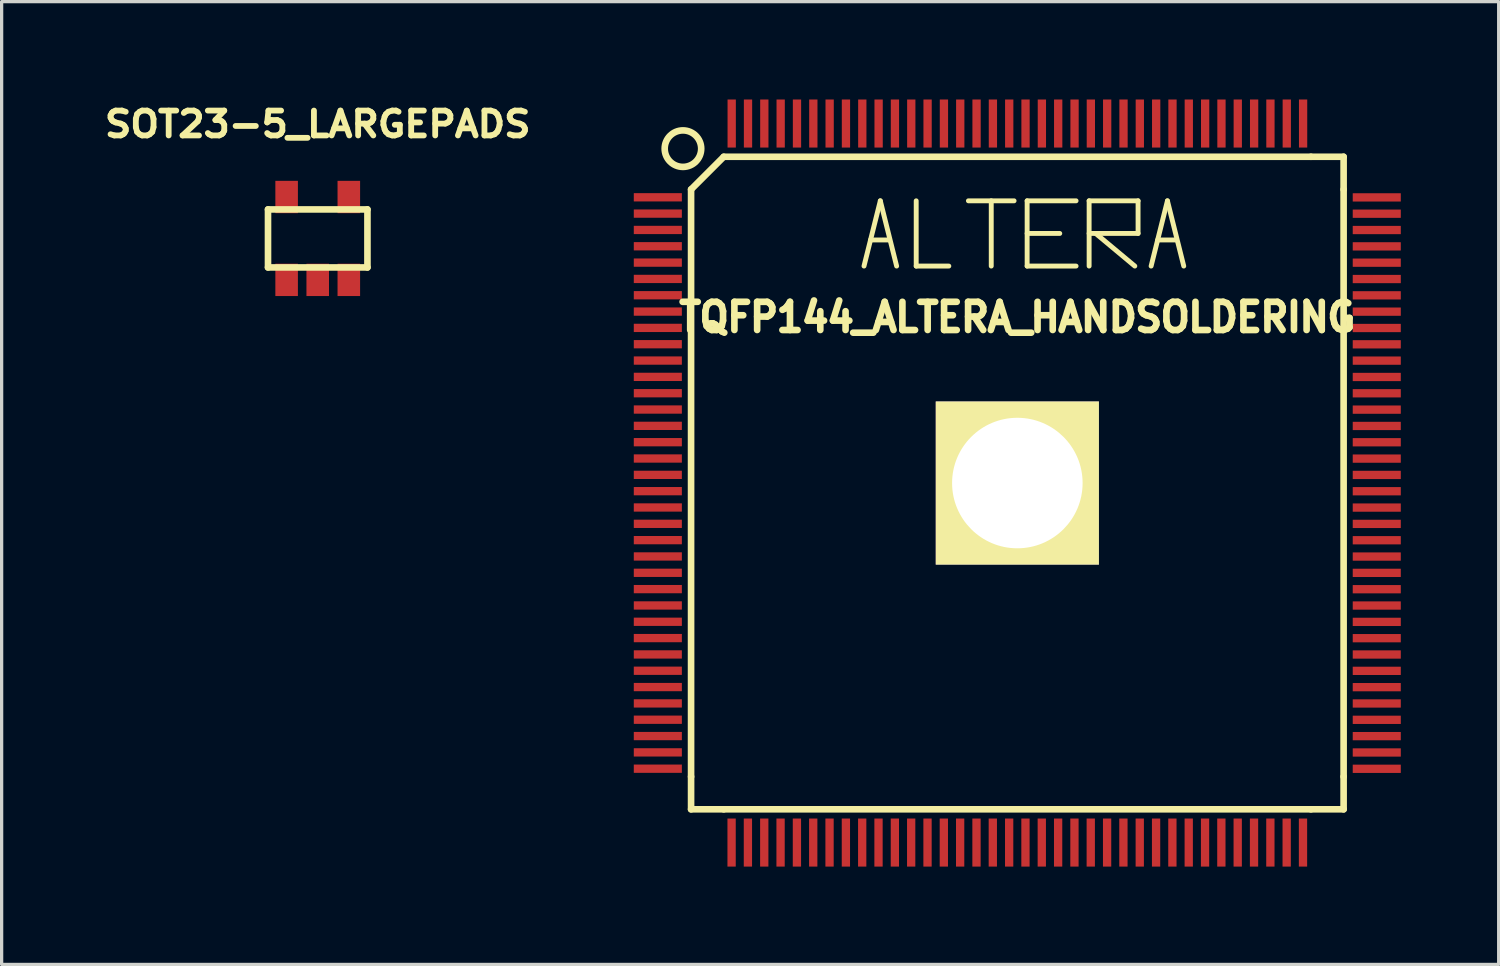
<source format=kicad_pcb>
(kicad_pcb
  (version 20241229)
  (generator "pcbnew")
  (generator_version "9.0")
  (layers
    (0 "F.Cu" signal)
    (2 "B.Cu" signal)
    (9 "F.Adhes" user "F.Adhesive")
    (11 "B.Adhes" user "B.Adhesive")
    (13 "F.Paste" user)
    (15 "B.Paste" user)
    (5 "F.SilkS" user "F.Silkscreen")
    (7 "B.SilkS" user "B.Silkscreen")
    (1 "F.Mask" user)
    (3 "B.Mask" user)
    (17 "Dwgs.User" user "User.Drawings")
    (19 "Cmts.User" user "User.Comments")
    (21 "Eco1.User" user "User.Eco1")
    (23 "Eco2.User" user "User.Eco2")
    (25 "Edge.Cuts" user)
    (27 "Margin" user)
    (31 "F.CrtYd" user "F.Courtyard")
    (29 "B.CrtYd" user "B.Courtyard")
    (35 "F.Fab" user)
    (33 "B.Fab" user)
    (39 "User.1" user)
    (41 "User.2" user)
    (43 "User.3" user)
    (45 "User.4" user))
  (footprint "TQFP144_ALTERA_HANDSOLDERING"
    (layer "F.Cu")
    (at 28.131 11.755)
    (property "Reference" "TQFP144_ALTERA_HANDSOLDERING" (at 0 -5.08 0) (layer "F.SilkS") (effects (font (size 0.864 0.813) (thickness 0.203))))
    (attr smd)
    (fp_line (start -10 8.999) (end -10 -8.999) (stroke (width 0.203) (type solid)) (layer "F.SilkS"))
    (fp_line (start -10 10) (end -10 8.999) (stroke (width 0.203) (type solid)) (layer "F.SilkS"))
    (fp_line (start -10 10) (end -8.999 10) (stroke (width 0.203) (type solid)) (layer "F.SilkS"))
    (fp_line (start -8.999 -10) (end -10 -8.999) (stroke (width 0.203) (type solid)) (layer "F.SilkS"))
    (fp_line (start -8.999 -10) (end 8.999 -10) (stroke (width 0.203) (type solid)) (layer "F.SilkS"))
    (fp_line (start -4.7 -6.65) (end -4.2 -8.65) (stroke (width 0.15) (type solid)) (layer "F.SilkS"))
    (fp_line (start -4.5 -7.45) (end -3.95 -7.45) (stroke (width 0.15) (type solid)) (layer "F.SilkS"))
    (fp_line (start -4.2 -8.65) (end -3.7 -6.65) (stroke (width 0.15) (type solid)) (layer "F.SilkS"))
    (fp_line (start -3.1 -8.65) (end -3.1 -6.65) (stroke (width 0.15) (type solid)) (layer "F.SilkS"))
    (fp_line (start -3.1 -6.65) (end -2.1 -6.65) (stroke (width 0.15) (type solid)) (layer "F.SilkS"))
    (fp_line (start -1.5 -8.65) (end -0.1 -8.65) (stroke (width 0.15) (type solid)) (layer "F.SilkS"))
    (fp_line (start -0.8 -8.65) (end -0.8 -6.65) (stroke (width 0.15) (type solid)) (layer "F.SilkS"))
    (fp_line (start 0.3 -8.65) (end 0.3 -6.65) (stroke (width 0.15) (type solid)) (layer "F.SilkS"))
    (fp_line (start 0.3 -8.65) (end 1.8 -8.65) (stroke (width 0.15) (type solid)) (layer "F.SilkS"))
    (fp_line (start 0.3 -7.65) (end 1.3 -7.65) (stroke (width 0.15) (type solid)) (layer "F.SilkS"))
    (fp_line (start 0.3 -6.65) (end 1.8 -6.65) (stroke (width 0.15) (type solid)) (layer "F.SilkS"))
    (fp_line (start 2.2 -8.65) (end 2.2 -6.65) (stroke (width 0.15) (type solid)) (layer "F.SilkS"))
    (fp_line (start 2.2 -8.65) (end 3.7 -8.65) (stroke (width 0.15) (type solid)) (layer "F.SilkS"))
    (fp_line (start 2.4 -7.65) (end 3.6 -6.65) (stroke (width 0.15) (type solid)) (layer "F.SilkS"))
    (fp_line (start 3.7 -8.65) (end 3.7 -7.65) (stroke (width 0.15) (type solid)) (layer "F.SilkS"))
    (fp_line (start 3.7 -7.65) (end 2.2 -7.65) (stroke (width 0.15) (type solid)) (layer "F.SilkS"))
    (fp_line (start 4.1 -6.65) (end 4.6 -8.65) (stroke (width 0.15) (type solid)) (layer "F.SilkS"))
    (fp_line (start 4.3 -7.45) (end 4.85 -7.45) (stroke (width 0.15) (type solid)) (layer "F.SilkS"))
    (fp_line (start 4.6 -8.65) (end 5.1 -6.65) (stroke (width 0.15) (type solid)) (layer "F.SilkS"))
    (fp_line (start 8.999 10) (end -8.999 10) (stroke (width 0.203) (type solid)) (layer "F.SilkS"))
    (fp_line (start 10 -10) (end 8.999 -10) (stroke (width 0.203) (type solid)) (layer "F.SilkS"))
    (fp_line (start 10 -10) (end 10 -8.999) (stroke (width 0.203) (type solid)) (layer "F.SilkS"))
    (fp_line (start 10 -8.999) (end 10 8.999) (stroke (width 0.203) (type solid)) (layer "F.SilkS"))
    (fp_line (start 10 10) (end 8.999 10) (stroke (width 0.203) (type solid)) (layer "F.SilkS"))
    (fp_line (start 10 10) (end 10 8.999) (stroke (width 0.203) (type solid)) (layer "F.SilkS"))
    (fp_circle (center -10.249 -10.249) (end -10.749 -10.5) (stroke (width 0.203) (type solid)) (fill no) (layer "F.SilkS"))
    (pad "1" smd rect (at -11.019 -8.758 90) (size 0.254 1.473) (layers "F.Cu" "F.Mask" "F.Paste"))
    (pad "2" smd rect (at -11.019 -8.258 90) (size 0.254 1.473) (layers "F.Cu" "F.Mask" "F.Paste"))
    (pad "3" smd rect (at -11.019 -7.757 90) (size 0.254 1.473) (layers "F.Cu" "F.Mask" "F.Paste"))
    (pad "4" smd rect (at -11.019 -7.257 90) (size 0.254 1.473) (layers "F.Cu" "F.Mask" "F.Paste"))
    (pad "5" smd rect (at -11.019 -6.756 90) (size 0.254 1.473) (layers "F.Cu" "F.Mask" "F.Paste"))
    (pad "6" smd rect (at -11.019 -6.256 90) (size 0.254 1.473) (layers "F.Cu" "F.Mask" "F.Paste"))
    (pad "7" smd rect (at -11.019 -5.756 90) (size 0.254 1.473) (layers "F.Cu" "F.Mask" "F.Paste"))
    (pad "8" smd rect (at -11.019 -5.255 90) (size 0.254 1.473) (layers "F.Cu" "F.Mask" "F.Paste"))
    (pad "9" smd rect (at -11.019 -4.755 90) (size 0.254 1.473) (layers "F.Cu" "F.Mask" "F.Paste"))
    (pad "10" smd rect (at -11.019 -4.255 90) (size 0.254 1.473) (layers "F.Cu" "F.Mask" "F.Paste"))
    (pad "11" smd rect (at -11.019 -3.754 90) (size 0.254 1.473) (layers "F.Cu" "F.Mask" "F.Paste"))
    (pad "12" smd rect (at -11.019 -3.254 90) (size 0.254 1.473) (layers "F.Cu" "F.Mask" "F.Paste"))
    (pad "13" smd rect (at -11.019 -2.753 90) (size 0.254 1.473) (layers "F.Cu" "F.Mask" "F.Paste"))
    (pad "14" smd rect (at -11.019 -2.253 90) (size 0.254 1.473) (layers "F.Cu" "F.Mask" "F.Paste"))
    (pad "15" smd rect (at -11.019 -1.753 90) (size 0.254 1.473) (layers "F.Cu" "F.Mask" "F.Paste"))
    (pad "16" smd rect (at -11.019 -1.252 90) (size 0.254 1.473) (layers "F.Cu" "F.Mask" "F.Paste"))
    (pad "17" smd rect (at -11.019 -0.752 90) (size 0.254 1.473) (layers "F.Cu" "F.Mask" "F.Paste"))
    (pad "18" smd rect (at -11.019 -0.251 90) (size 0.254 1.473) (layers "F.Cu" "F.Mask" "F.Paste"))
    (pad "19" smd rect (at -11.019 0.249 90) (size 0.254 1.473) (layers "F.Cu" "F.Mask" "F.Paste"))
    (pad "20" smd rect (at -11.019 0.749 90) (size 0.254 1.473) (layers "F.Cu" "F.Mask" "F.Paste"))
    (pad "21" smd rect (at -11.019 1.25 90) (size 0.254 1.473) (layers "F.Cu" "F.Mask" "F.Paste"))
    (pad "22" smd rect (at -11.019 1.75 90) (size 0.254 1.473) (layers "F.Cu" "F.Mask" "F.Paste"))
    (pad "23" smd rect (at -11.019 2.25 90) (size 0.254 1.473) (layers "F.Cu" "F.Mask" "F.Paste"))
    (pad "24" smd rect (at -11.019 2.751 90) (size 0.254 1.473) (layers "F.Cu" "F.Mask" "F.Paste"))
    (pad "25" smd rect (at -11.019 3.251 90) (size 0.254 1.473) (layers "F.Cu" "F.Mask" "F.Paste"))
    (pad "26" smd rect (at -11.019 3.752 90) (size 0.254 1.473) (layers "F.Cu" "F.Mask" "F.Paste"))
    (pad "27" smd rect (at -11.019 4.252 90) (size 0.254 1.473) (layers "F.Cu" "F.Mask" "F.Paste"))
    (pad "28" smd rect (at -11.019 4.752 90) (size 0.254 1.473) (layers "F.Cu" "F.Mask" "F.Paste"))
    (pad "29" smd rect (at -11.019 5.253 90) (size 0.254 1.473) (layers "F.Cu" "F.Mask" "F.Paste"))
    (pad "30" smd rect (at -11.019 5.753 90) (size 0.254 1.473) (layers "F.Cu" "F.Mask" "F.Paste"))
    (pad "31" smd rect (at -11.019 6.253 90) (size 0.254 1.473) (layers "F.Cu" "F.Mask" "F.Paste"))
    (pad "32" smd rect (at -11.019 6.754 90) (size 0.254 1.473) (layers "F.Cu" "F.Mask" "F.Paste"))
    (pad "33" smd rect (at -11.019 7.254 90) (size 0.254 1.473) (layers "F.Cu" "F.Mask" "F.Paste"))
    (pad "34" smd rect (at -11.019 7.755 90) (size 0.254 1.473) (layers "F.Cu" "F.Mask" "F.Paste"))
    (pad "35" smd rect (at -11.019 8.255 90) (size 0.254 1.473) (layers "F.Cu" "F.Mask" "F.Paste"))
    (pad "36" smd rect (at -11.019 8.755 90) (size 0.254 1.473) (layers "F.Cu" "F.Mask" "F.Paste"))
    (pad "37" smd rect (at -8.758 11.019) (size 0.254 1.473) (layers "F.Cu" "F.Mask" "F.Paste"))
    (pad "38" smd rect (at -8.258 11.019) (size 0.254 1.473) (layers "F.Cu" "F.Mask" "F.Paste"))
    (pad "39" smd rect (at -7.757 11.019) (size 0.254 1.473) (layers "F.Cu" "F.Mask" "F.Paste"))
    (pad "40" smd rect (at -7.257 11.019) (size 0.254 1.473) (layers "F.Cu" "F.Mask" "F.Paste"))
    (pad "41" smd rect (at -6.756 11.019) (size 0.254 1.473) (layers "F.Cu" "F.Mask" "F.Paste"))
    (pad "42" smd rect (at -6.256 11.019) (size 0.254 1.473) (layers "F.Cu" "F.Mask" "F.Paste"))
    (pad "43" smd rect (at -5.756 11.019) (size 0.254 1.473) (layers "F.Cu" "F.Mask" "F.Paste"))
    (pad "44" smd rect (at -5.255 11.019) (size 0.254 1.473) (layers "F.Cu" "F.Mask" "F.Paste"))
    (pad "45" smd rect (at -4.755 11.019) (size 0.254 1.473) (layers "F.Cu" "F.Mask" "F.Paste"))
    (pad "46" smd rect (at -4.255 11.019) (size 0.254 1.473) (layers "F.Cu" "F.Mask" "F.Paste"))
    (pad "47" smd rect (at -3.754 11.019) (size 0.254 1.473) (layers "F.Cu" "F.Mask" "F.Paste"))
    (pad "48" smd rect (at -3.254 11.019) (size 0.254 1.473) (layers "F.Cu" "F.Mask" "F.Paste"))
    (pad "49" smd rect (at -2.753 11.019) (size 0.254 1.473) (layers "F.Cu" "F.Mask" "F.Paste"))
    (pad "50" smd rect (at -2.253 11.019) (size 0.254 1.473) (layers "F.Cu" "F.Mask" "F.Paste"))
    (pad "51" smd rect (at -1.753 11.019) (size 0.254 1.473) (layers "F.Cu" "F.Mask" "F.Paste"))
    (pad "52" smd rect (at -1.252 11.019) (size 0.254 1.473) (layers "F.Cu" "F.Mask" "F.Paste"))
    (pad "53" smd rect (at -0.752 11.019) (size 0.254 1.473) (layers "F.Cu" "F.Mask" "F.Paste"))
    (pad "54" smd rect (at -0.251 11.019) (size 0.254 1.473) (layers "F.Cu" "F.Mask" "F.Paste"))
    (pad "55" smd rect (at 0.249 11.019) (size 0.254 1.473) (layers "F.Cu" "F.Mask" "F.Paste"))
    (pad "56" smd rect (at 0.749 11.019) (size 0.254 1.473) (layers "F.Cu" "F.Mask" "F.Paste"))
    (pad "57" smd rect (at 1.25 11.019) (size 0.254 1.473) (layers "F.Cu" "F.Mask" "F.Paste"))
    (pad "58" smd rect (at 1.75 11.019) (size 0.254 1.473) (layers "F.Cu" "F.Mask" "F.Paste"))
    (pad "59" smd rect (at 2.25 11.019) (size 0.254 1.473) (layers "F.Cu" "F.Mask" "F.Paste"))
    (pad "60" smd rect (at 2.751 11.019) (size 0.254 1.473) (layers "F.Cu" "F.Mask" "F.Paste"))
    (pad "61" smd rect (at 3.251 11.019) (size 0.254 1.473) (layers "F.Cu" "F.Mask" "F.Paste"))
    (pad "62" smd rect (at 3.752 11.019) (size 0.254 1.473) (layers "F.Cu" "F.Mask" "F.Paste"))
    (pad "63" smd rect (at 4.252 11.019) (size 0.254 1.473) (layers "F.Cu" "F.Mask" "F.Paste"))
    (pad "64" smd rect (at 4.752 11.019) (size 0.254 1.473) (layers "F.Cu" "F.Mask" "F.Paste"))
    (pad "65" smd rect (at 5.253 11.019) (size 0.254 1.473) (layers "F.Cu" "F.Mask" "F.Paste"))
    (pad "66" smd rect (at 5.753 11.019) (size 0.254 1.473) (layers "F.Cu" "F.Mask" "F.Paste"))
    (pad "67" smd rect (at 6.253 11.019) (size 0.254 1.473) (layers "F.Cu" "F.Mask" "F.Paste"))
    (pad "68" smd rect (at 6.754 11.019) (size 0.254 1.473) (layers "F.Cu" "F.Mask" "F.Paste"))
    (pad "69" smd rect (at 7.254 11.019) (size 0.254 1.473) (layers "F.Cu" "F.Mask" "F.Paste"))
    (pad "70" smd rect (at 7.755 11.019) (size 0.254 1.473) (layers "F.Cu" "F.Mask" "F.Paste"))
    (pad "71" smd rect (at 8.255 11.019) (size 0.254 1.473) (layers "F.Cu" "F.Mask" "F.Paste"))
    (pad "72" smd rect (at 8.755 11.019) (size 0.254 1.473) (layers "F.Cu" "F.Mask" "F.Paste"))
    (pad "73" smd rect (at 11.016 8.758 270) (size 0.254 1.473) (layers "F.Cu" "F.Mask" "F.Paste"))
    (pad "74" smd rect (at 11.016 8.258 270) (size 0.254 1.473) (layers "F.Cu" "F.Mask" "F.Paste"))
    (pad "75" smd rect (at 11.016 7.757 270) (size 0.254 1.473) (layers "F.Cu" "F.Mask" "F.Paste"))
    (pad "76" smd rect (at 11.016 7.257 270) (size 0.254 1.473) (layers "F.Cu" "F.Mask" "F.Paste"))
    (pad "77" smd rect (at 11.016 6.756 270) (size 0.254 1.473) (layers "F.Cu" "F.Mask" "F.Paste"))
    (pad "78" smd rect (at 11.016 6.256 270) (size 0.254 1.473) (layers "F.Cu" "F.Mask" "F.Paste"))
    (pad "79" smd rect (at 11.016 5.756 270) (size 0.254 1.473) (layers "F.Cu" "F.Mask" "F.Paste"))
    (pad "80" smd rect (at 11.016 5.255 270) (size 0.254 1.473) (layers "F.Cu" "F.Mask" "F.Paste"))
    (pad "81" smd rect (at 11.016 4.755 270) (size 0.254 1.473) (layers "F.Cu" "F.Mask" "F.Paste"))
    (pad "82" smd rect (at 11.016 4.255 270) (size 0.254 1.473) (layers "F.Cu" "F.Mask" "F.Paste"))
    (pad "83" smd rect (at 11.016 3.754 270) (size 0.254 1.473) (layers "F.Cu" "F.Mask" "F.Paste"))
    (pad "84" smd rect (at 11.016 3.254 270) (size 0.254 1.473) (layers "F.Cu" "F.Mask" "F.Paste"))
    (pad "85" smd rect (at 11.016 2.753 270) (size 0.254 1.473) (layers "F.Cu" "F.Mask" "F.Paste"))
    (pad "86" smd rect (at 11.016 2.253 270) (size 0.254 1.473) (layers "F.Cu" "F.Mask" "F.Paste"))
    (pad "87" smd rect (at 11.016 1.753 270) (size 0.254 1.473) (layers "F.Cu" "F.Mask" "F.Paste"))
    (pad "88" smd rect (at 11.016 1.252 270) (size 0.254 1.473) (layers "F.Cu" "F.Mask" "F.Paste"))
    (pad "89" smd rect (at 11.016 0.752 270) (size 0.254 1.473) (layers "F.Cu" "F.Mask" "F.Paste"))
    (pad "90" smd rect (at 11.016 0.251 270) (size 0.254 1.473) (layers "F.Cu" "F.Mask" "F.Paste"))
    (pad "91" smd rect (at 11.016 -0.249 270) (size 0.254 1.473) (layers "F.Cu" "F.Mask" "F.Paste"))
    (pad "92" smd rect (at 11.016 -0.749 270) (size 0.254 1.473) (layers "F.Cu" "F.Mask" "F.Paste"))
    (pad "93" smd rect (at 11.016 -1.25 270) (size 0.254 1.473) (layers "F.Cu" "F.Mask" "F.Paste"))
    (pad "94" smd rect (at 11.016 -1.75 270) (size 0.254 1.473) (layers "F.Cu" "F.Mask" "F.Paste"))
    (pad "95" smd rect (at 11.016 -2.25 270) (size 0.254 1.473) (layers "F.Cu" "F.Mask" "F.Paste"))
    (pad "96" smd rect (at 11.016 -2.751 270) (size 0.254 1.473) (layers "F.Cu" "F.Mask" "F.Paste"))
    (pad "97" smd rect (at 11.016 -3.251 270) (size 0.254 1.473) (layers "F.Cu" "F.Mask" "F.Paste"))
    (pad "98" smd rect (at 11.016 -3.752 270) (size 0.254 1.473) (layers "F.Cu" "F.Mask" "F.Paste"))
    (pad "99" smd rect (at 11.016 -4.252 270) (size 0.254 1.473) (layers "F.Cu" "F.Mask" "F.Paste"))
    (pad "100" smd rect (at 11.016 -4.752 270) (size 0.254 1.473) (layers "F.Cu" "F.Mask" "F.Paste"))
    (pad "101" smd rect (at 11.016 -5.253 270) (size 0.254 1.473) (layers "F.Cu" "F.Mask" "F.Paste"))
    (pad "102" smd rect (at 11.016 -5.753 270) (size 0.254 1.473) (layers "F.Cu" "F.Mask" "F.Paste"))
    (pad "103" smd rect (at 11.016 -6.253 270) (size 0.254 1.473) (layers "F.Cu" "F.Mask" "F.Paste"))
    (pad "104" smd rect (at 11.016 -6.754 270) (size 0.254 1.473) (layers "F.Cu" "F.Mask" "F.Paste"))
    (pad "105" smd rect (at 11.016 -7.254 270) (size 0.254 1.473) (layers "F.Cu" "F.Mask" "F.Paste"))
    (pad "106" smd rect (at 11.016 -7.755 270) (size 0.254 1.473) (layers "F.Cu" "F.Mask" "F.Paste"))
    (pad "107" smd rect (at 11.016 -8.255 270) (size 0.254 1.473) (layers "F.Cu" "F.Mask" "F.Paste"))
    (pad "108" smd rect (at 11.016 -8.755 270) (size 0.254 1.473) (layers "F.Cu" "F.Mask" "F.Paste"))
    (pad "109" smd rect (at 8.758 -11.019) (size 0.254 1.473) (layers "F.Cu" "F.Mask" "F.Paste"))
    (pad "110" smd rect (at 8.258 -11.019) (size 0.254 1.473) (layers "F.Cu" "F.Mask" "F.Paste"))
    (pad "111" smd rect (at 7.757 -11.019) (size 0.254 1.473) (layers "F.Cu" "F.Mask" "F.Paste"))
    (pad "112" smd rect (at 7.257 -11.019) (size 0.254 1.473) (layers "F.Cu" "F.Mask" "F.Paste"))
    (pad "113" smd rect (at 6.756 -11.019) (size 0.254 1.473) (layers "F.Cu" "F.Mask" "F.Paste"))
    (pad "114" smd rect (at 6.256 -11.019) (size 0.254 1.473) (layers "F.Cu" "F.Mask" "F.Paste"))
    (pad "115" smd rect (at 5.756 -11.019) (size 0.254 1.473) (layers "F.Cu" "F.Mask" "F.Paste"))
    (pad "116" smd rect (at 5.255 -11.019) (size 0.254 1.473) (layers "F.Cu" "F.Mask" "F.Paste"))
    (pad "117" smd rect (at 4.755 -11.019) (size 0.254 1.473) (layers "F.Cu" "F.Mask" "F.Paste"))
    (pad "118" smd rect (at 4.255 -11.019) (size 0.254 1.473) (layers "F.Cu" "F.Mask" "F.Paste"))
    (pad "119" smd rect (at 3.754 -11.019) (size 0.254 1.473) (layers "F.Cu" "F.Mask" "F.Paste"))
    (pad "120" smd rect (at 3.254 -11.019) (size 0.254 1.473) (layers "F.Cu" "F.Mask" "F.Paste"))
    (pad "121" smd rect (at 2.753 -11.019) (size 0.254 1.473) (layers "F.Cu" "F.Mask" "F.Paste"))
    (pad "122" smd rect (at 2.253 -11.019) (size 0.254 1.473) (layers "F.Cu" "F.Mask" "F.Paste"))
    (pad "123" smd rect (at 1.753 -11.019) (size 0.254 1.473) (layers "F.Cu" "F.Mask" "F.Paste"))
    (pad "124" smd rect (at 1.252 -11.019) (size 0.254 1.473) (layers "F.Cu" "F.Mask" "F.Paste"))
    (pad "125" smd rect (at 0.752 -11.019) (size 0.254 1.473) (layers "F.Cu" "F.Mask" "F.Paste"))
    (pad "126" smd rect (at 0.251 -11.019) (size 0.254 1.473) (layers "F.Cu" "F.Mask" "F.Paste"))
    (pad "127" smd rect (at -0.249 -11.019) (size 0.254 1.473) (layers "F.Cu" "F.Mask" "F.Paste"))
    (pad "128" smd rect (at -0.749 -11.019) (size 0.254 1.473) (layers "F.Cu" "F.Mask" "F.Paste"))
    (pad "129" smd rect (at -1.25 -11.019) (size 0.254 1.473) (layers "F.Cu" "F.Mask" "F.Paste"))
    (pad "130" smd rect (at -1.75 -11.019) (size 0.254 1.473) (layers "F.Cu" "F.Mask" "F.Paste"))
    (pad "131" smd rect (at -2.25 -11.019) (size 0.254 1.473) (layers "F.Cu" "F.Mask" "F.Paste"))
    (pad "132" smd rect (at -2.751 -11.019) (size 0.254 1.473) (layers "F.Cu" "F.Mask" "F.Paste"))
    (pad "133" smd rect (at -3.251 -11.019) (size 0.254 1.473) (layers "F.Cu" "F.Mask" "F.Paste"))
    (pad "134" smd rect (at -3.752 -11.019) (size 0.254 1.473) (layers "F.Cu" "F.Mask" "F.Paste"))
    (pad "135" smd rect (at -4.252 -11.019) (size 0.254 1.473) (layers "F.Cu" "F.Mask" "F.Paste"))
    (pad "136" smd rect (at -4.752 -11.019) (size 0.254 1.473) (layers "F.Cu" "F.Mask" "F.Paste"))
    (pad "137" smd rect (at -5.253 -11.019) (size 0.254 1.473) (layers "F.Cu" "F.Mask" "F.Paste"))
    (pad "138" smd rect (at -5.753 -11.019) (size 0.254 1.473) (layers "F.Cu" "F.Mask" "F.Paste"))
    (pad "139" smd rect (at -6.253 -11.019) (size 0.254 1.473) (layers "F.Cu" "F.Mask" "F.Paste"))
    (pad "140" smd rect (at -6.754 -11.019) (size 0.254 1.473) (layers "F.Cu" "F.Mask" "F.Paste"))
    (pad "141" smd rect (at -7.254 -11.019) (size 0.254 1.473) (layers "F.Cu" "F.Mask" "F.Paste"))
    (pad "142" smd rect (at -7.755 -11.019) (size 0.254 1.473) (layers "F.Cu" "F.Mask" "F.Paste"))
    (pad "143" smd rect (at -8.255 -11.019) (size 0.254 1.473) (layers "F.Cu" "F.Mask" "F.Paste"))
    (pad "144" smd rect (at -8.755 -11.019) (size 0.254 1.473) (layers "F.Cu" "F.Mask" "F.Paste"))
    (pad "145" thru_hole rect (at 0 0) (size 5 5) (drill 4) (layers "*.Cu" "*.Mask" "F.SilkS")))
  (footprint "SOT23-5_LARGEPADS"
    (layer "F.Cu")
    (at 6.688 4.258)
    (property "Reference" "SOT23-5_LARGEPADS" (at 0 -3.5 0) (layer "F.SilkS") (effects (font (size 0.762 0.813) (thickness 0.178))))
    (attr smd)
    (fp_line (start -1.524 -0.889) (end 1.524 -0.889) (stroke (width 0.203) (type solid)) (layer "F.SilkS"))
    (fp_line (start -1.524 0.889) (end -1.524 -0.889) (stroke (width 0.203) (type solid)) (layer "F.SilkS"))
    (fp_line (start 1.524 -0.889) (end 1.524 0.889) (stroke (width 0.203) (type solid)) (layer "F.SilkS"))
    (fp_line (start 1.524 0.889) (end -1.524 0.889) (stroke (width 0.203) (type solid)) (layer "F.SilkS"))
    (pad "1" smd rect (at -0.953 1.27) (size 0.691 0.991) (layers "F.Cu" "F.Mask" "F.Paste"))
    (pad "2" smd rect (at 0 1.27) (size 0.691 0.991) (layers "F.Cu" "F.Mask" "F.Paste"))
    (pad "3" smd rect (at 0.953 1.27) (size 0.691 0.991) (layers "F.Cu" "F.Mask" "F.Paste"))
    (pad "4" smd rect (at 0.953 -1.27) (size 0.691 0.991) (layers "F.Cu" "F.Mask" "F.Paste"))
    (pad "5" smd rect (at -0.953 -1.27) (size 0.691 0.991) (layers "F.Cu" "F.Mask" "F.Paste")))
  (gr_rect
    (start -3 -3)
    (end 42.883 26.51)
    (stroke (width 0.1) (type default))
    (fill no)
    (layer "Edge.Cuts")))
</source>
